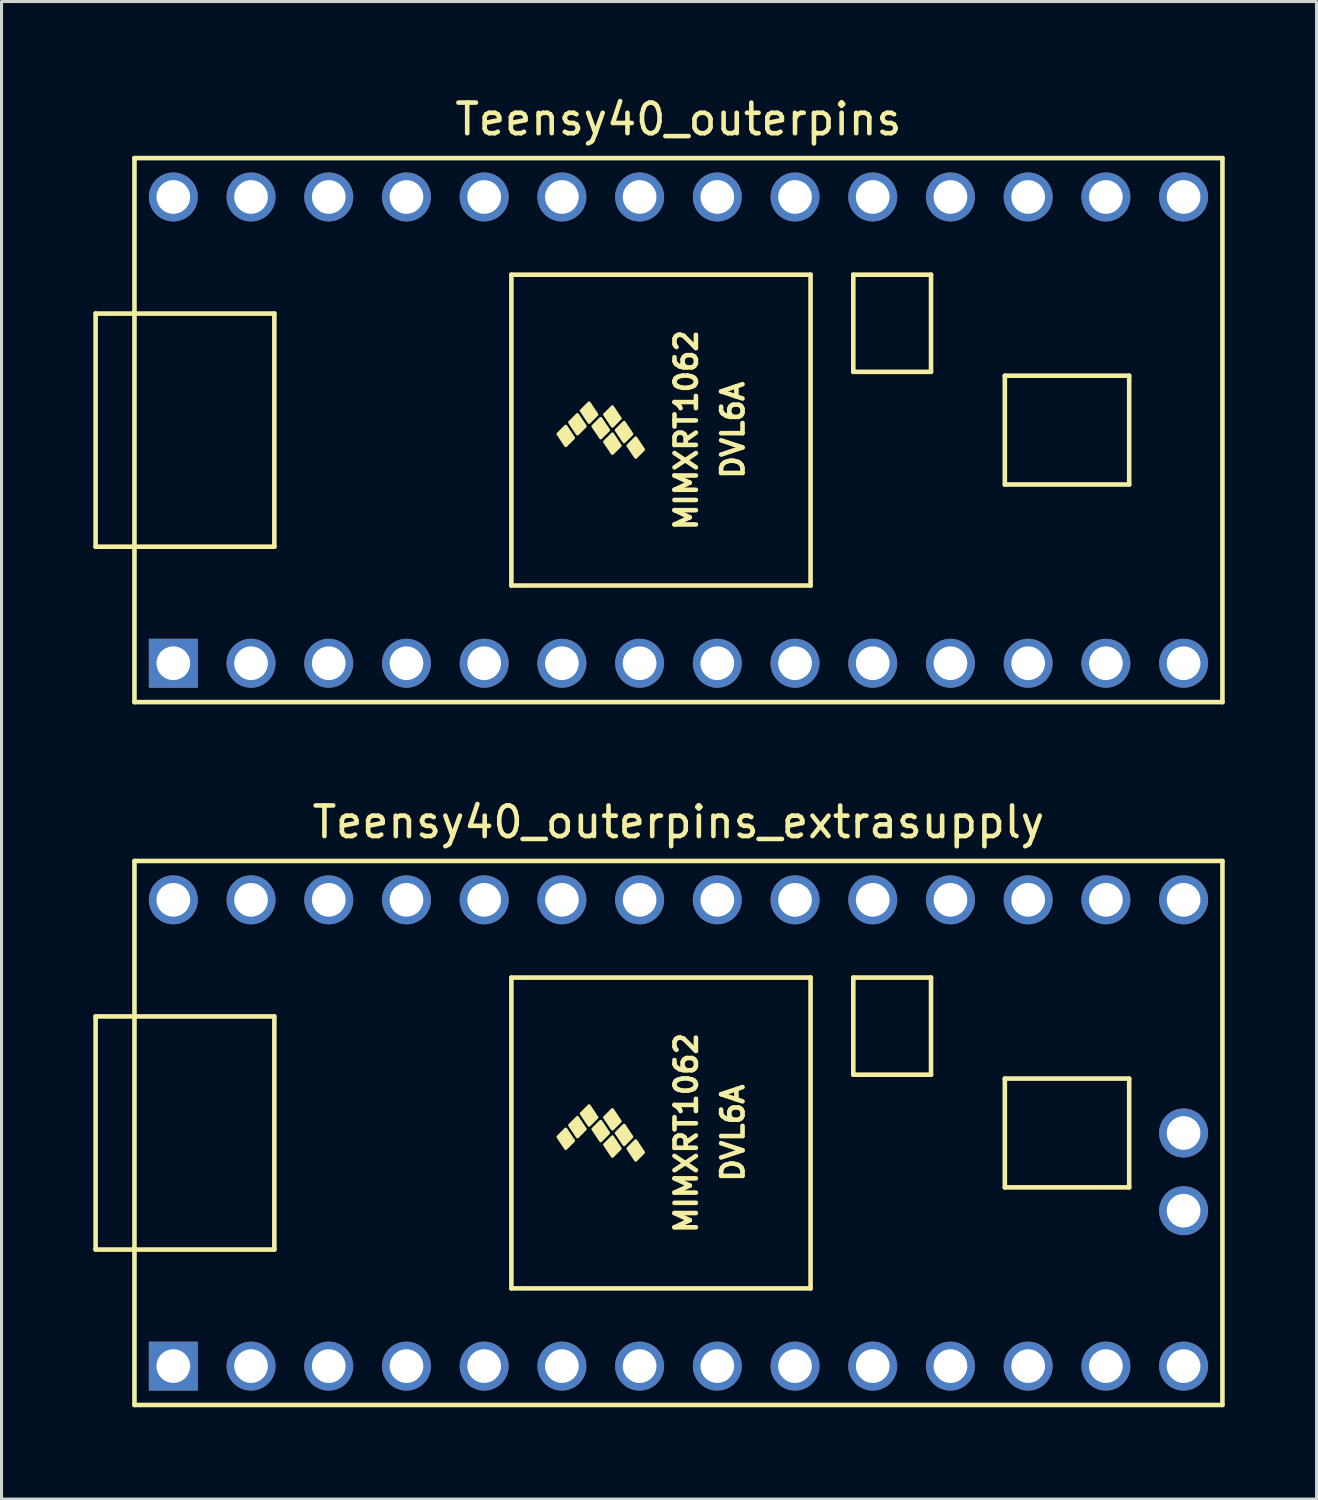
<source format=kicad_pcb>
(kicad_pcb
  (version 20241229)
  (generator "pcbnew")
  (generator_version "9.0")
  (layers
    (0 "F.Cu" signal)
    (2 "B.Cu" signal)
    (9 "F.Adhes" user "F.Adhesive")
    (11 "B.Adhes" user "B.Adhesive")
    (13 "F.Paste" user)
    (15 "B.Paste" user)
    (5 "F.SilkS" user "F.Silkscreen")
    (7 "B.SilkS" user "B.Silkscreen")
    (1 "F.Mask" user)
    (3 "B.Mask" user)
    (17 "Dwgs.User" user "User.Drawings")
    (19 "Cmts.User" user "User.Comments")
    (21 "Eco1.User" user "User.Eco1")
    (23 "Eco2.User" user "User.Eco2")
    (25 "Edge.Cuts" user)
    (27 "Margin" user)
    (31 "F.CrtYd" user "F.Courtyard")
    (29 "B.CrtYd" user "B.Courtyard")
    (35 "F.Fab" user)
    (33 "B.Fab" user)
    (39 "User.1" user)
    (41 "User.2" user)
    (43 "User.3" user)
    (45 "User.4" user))
  (footprint "Teensy40_outerpins_extrasupply"
    (layer "F.Cu")
    (at 19.125 33.981)
    (property "Reference" "Teensy40_outerpins_extrasupply" (at 0 -10.16 0) (layer "F.SilkS") (effects (font (size 1 1) (thickness 0.15))))
    (attr through_hole)
    (fp_line (start -19.05 -3.81) (end -17.78 -3.81) (stroke (width 0.15) (type solid)) (layer "F.SilkS"))
    (fp_line (start -19.05 3.81) (end -19.05 -3.81) (stroke (width 0.15) (type solid)) (layer "F.SilkS"))
    (fp_line (start -17.78 -8.89) (end 17.78 -8.89) (stroke (width 0.15) (type solid)) (layer "F.SilkS"))
    (fp_line (start -17.78 3.81) (end -19.05 3.81) (stroke (width 0.15) (type solid)) (layer "F.SilkS"))
    (fp_line (start -17.78 8.89) (end -17.78 -8.89) (stroke (width 0.15) (type solid)) (layer "F.SilkS"))
    (fp_line (start -13.208 -3.81) (end -17.78 -3.81) (stroke (width 0.15) (type solid)) (layer "F.SilkS"))
    (fp_line (start -13.208 3.81) (end -17.78 3.81) (stroke (width 0.15) (type solid)) (layer "F.SilkS"))
    (fp_line (start -13.208 3.81) (end -13.208 -3.81) (stroke (width 0.15) (type solid)) (layer "F.SilkS"))
    (fp_line (start -5.461 -5.08) (end -5.461 5.08) (stroke (width 0.15) (type solid)) (layer "F.SilkS"))
    (fp_line (start 4.318 -5.08) (end -5.461 -5.08) (stroke (width 0.15) (type solid)) (layer "F.SilkS"))
    (fp_line (start 4.318 5.08) (end -5.461 5.08) (stroke (width 0.15) (type solid)) (layer "F.SilkS"))
    (fp_line (start 4.318 5.08) (end 4.318 -5.08) (stroke (width 0.15) (type solid)) (layer "F.SilkS"))
    (fp_line (start 5.715 -5.08) (end 8.255 -5.08) (stroke (width 0.15) (type solid)) (layer "F.SilkS"))
    (fp_line (start 5.715 -1.905) (end 5.715 -5.08) (stroke (width 0.15) (type solid)) (layer "F.SilkS"))
    (fp_line (start 8.255 -5.08) (end 8.255 -1.905) (stroke (width 0.15) (type solid)) (layer "F.SilkS"))
    (fp_line (start 8.255 -1.905) (end 5.715 -1.905) (stroke (width 0.15) (type solid)) (layer "F.SilkS"))
    (fp_line (start 10.668 -1.778) (end 14.732 -1.778) (stroke (width 0.15) (type solid)) (layer "F.SilkS"))
    (fp_line (start 10.668 1.778) (end 10.668 -1.778) (stroke (width 0.15) (type solid)) (layer "F.SilkS"))
    (fp_line (start 14.732 -1.778) (end 14.732 1.778) (stroke (width 0.15) (type solid)) (layer "F.SilkS"))
    (fp_line (start 14.732 1.778) (end 10.668 1.778) (stroke (width 0.15) (type solid)) (layer "F.SilkS"))
    (fp_line (start 17.78 -8.89) (end 17.78 8.89) (stroke (width 0.15) (type solid)) (layer "F.SilkS"))
    (fp_line (start 17.78 8.89) (end -17.78 8.89) (stroke (width 0.15) (type solid)) (layer "F.SilkS"))
    (fp_poly (pts (xy -3.937 0.127) (xy -3.683 -0.127) (xy -3.429 0.254) (xy -3.683 0.508)) (stroke (width 0.1) (type solid)) (fill yes) (layer "F.SilkS"))
    (fp_poly (pts (xy -3.556 -0.254) (xy -3.302 -0.508) (xy -3.048 -0.127) (xy -3.302 0.127)) (stroke (width 0.1) (type solid)) (fill yes) (layer "F.SilkS"))
    (fp_poly (pts (xy -3.175 -0.635) (xy -2.921 -0.889) (xy -2.667 -0.508) (xy -2.921 -0.254)) (stroke (width 0.1) (type solid)) (fill yes) (layer "F.SilkS"))
    (fp_poly (pts (xy -2.794 -0.127) (xy -2.54 -0.381) (xy -2.286 0) (xy -2.54 0.254)) (stroke (width 0.1) (type solid)) (fill yes) (layer "F.SilkS"))
    (fp_poly (pts (xy -2.413 -0.508) (xy -2.159 -0.762) (xy -1.905 -0.381) (xy -2.159 -0.127)) (stroke (width 0.1) (type solid)) (fill yes) (layer "F.SilkS"))
    (fp_poly (pts (xy -2.413 0.381) (xy -2.159 0.127) (xy -1.905 0.508) (xy -2.159 0.762)) (stroke (width 0.1) (type solid)) (fill yes) (layer "F.SilkS"))
    (fp_poly (pts (xy -2.032 0) (xy -1.778 -0.254) (xy -1.524 0.127) (xy -1.778 0.381)) (stroke (width 0.1) (type solid)) (fill yes) (layer "F.SilkS"))
    (fp_poly (pts (xy -1.651 0.508) (xy -1.397 0.254) (xy -1.143 0.635) (xy -1.397 0.889)) (stroke (width 0.1) (type solid)) (fill yes) (layer "F.SilkS"))
    (fp_text user "MIMXRT1062" (at 0.254 0 90) (layer "F.SilkS") (effects (font (size 0.7 0.7) (thickness 0.15))))
    (fp_text user "DVL6A" (at 1.778 0 90) (layer "F.SilkS") (effects (font (size 0.7 0.7) (thickness 0.15))))
    (pad "1" thru_hole rect (at -16.51 7.62) (size 1.6 1.6) (drill 1.1) (layers "*.Cu" "*.Mask"))
    (pad "2" thru_hole circle (at -13.97 7.62) (size 1.6 1.6) (drill 1.1) (layers "*.Cu" "*.Mask"))
    (pad "3" thru_hole circle (at -11.43 7.62) (size 1.6 1.6) (drill 1.1) (layers "*.Cu" "*.Mask"))
    (pad "4" thru_hole circle (at -8.89 7.62) (size 1.6 1.6) (drill 1.1) (layers "*.Cu" "*.Mask"))
    (pad "5" thru_hole circle (at -6.35 7.62) (size 1.6 1.6) (drill 1.1) (layers "*.Cu" "*.Mask"))
    (pad "6" thru_hole circle (at -3.81 7.62) (size 1.6 1.6) (drill 1.1) (layers "*.Cu" "*.Mask"))
    (pad "7" thru_hole circle (at -1.27 7.62) (size 1.6 1.6) (drill 1.1) (layers "*.Cu" "*.Mask"))
    (pad "8" thru_hole circle (at 1.27 7.62) (size 1.6 1.6) (drill 1.1) (layers "*.Cu" "*.Mask"))
    (pad "9" thru_hole circle (at 3.81 7.62) (size 1.6 1.6) (drill 1.1) (layers "*.Cu" "*.Mask"))
    (pad "10" thru_hole circle (at 6.35 7.62) (size 1.6 1.6) (drill 1.1) (layers "*.Cu" "*.Mask"))
    (pad "11" thru_hole circle (at 8.89 7.62) (size 1.6 1.6) (drill 1.1) (layers "*.Cu" "*.Mask"))
    (pad "12" thru_hole circle (at 11.43 7.62) (size 1.6 1.6) (drill 1.1) (layers "*.Cu" "*.Mask"))
    (pad "13" thru_hole circle (at 13.97 7.62) (size 1.6 1.6) (drill 1.1) (layers "*.Cu" "*.Mask"))
    (pad "14" thru_hole circle (at 16.51 7.62) (size 1.6 1.6) (drill 1.1) (layers "*.Cu" "*.Mask"))
    (pad "16" thru_hole circle (at 16.51 2.54) (size 1.6 1.6) (drill 1.1) (layers "*.Cu" "*.Mask"))
    (pad "17" thru_hole circle (at 16.51 0) (size 1.6 1.6) (drill 1.1) (layers "*.Cu" "*.Mask"))
    (pad "20" thru_hole circle (at 16.51 -7.62) (size 1.6 1.6) (drill 1.1) (layers "*.Cu" "*.Mask"))
    (pad "21" thru_hole circle (at 13.97 -7.62) (size 1.6 1.6) (drill 1.1) (layers "*.Cu" "*.Mask"))
    (pad "22" thru_hole circle (at 11.43 -7.62) (size 1.6 1.6) (drill 1.1) (layers "*.Cu" "*.Mask"))
    (pad "23" thru_hole circle (at 8.89 -7.62) (size 1.6 1.6) (drill 1.1) (layers "*.Cu" "*.Mask"))
    (pad "24" thru_hole circle (at 6.35 -7.62) (size 1.6 1.6) (drill 1.1) (layers "*.Cu" "*.Mask"))
    (pad "25" thru_hole circle (at 3.81 -7.62) (size 1.6 1.6) (drill 1.1) (layers "*.Cu" "*.Mask"))
    (pad "26" thru_hole circle (at 1.27 -7.62) (size 1.6 1.6) (drill 1.1) (layers "*.Cu" "*.Mask"))
    (pad "27" thru_hole circle (at -1.27 -7.62) (size 1.6 1.6) (drill 1.1) (layers "*.Cu" "*.Mask"))
    (pad "28" thru_hole circle (at -3.81 -7.62) (size 1.6 1.6) (drill 1.1) (layers "*.Cu" "*.Mask"))
    (pad "29" thru_hole circle (at -6.35 -7.62) (size 1.6 1.6) (drill 1.1) (layers "*.Cu" "*.Mask"))
    (pad "30" thru_hole circle (at -8.89 -7.62) (size 1.6 1.6) (drill 1.1) (layers "*.Cu" "*.Mask"))
    (pad "31" thru_hole circle (at -11.43 -7.62) (size 1.6 1.6) (drill 1.1) (layers "*.Cu" "*.Mask"))
    (pad "32" thru_hole circle (at -13.97 -7.62) (size 1.6 1.6) (drill 1.1) (layers "*.Cu" "*.Mask"))
    (pad "33" thru_hole circle (at -16.51 -7.62) (size 1.6 1.6) (drill 1.1) (layers "*.Cu" "*.Mask")))
  (footprint "Teensy40_outerpins"
    (layer "F.Cu")
    (at 19.125 11.008)
    (property "Reference" "Teensy40_outerpins" (at 0 -10.16 0) (layer "F.SilkS") (effects (font (size 1 1) (thickness 0.15))))
    (attr through_hole)
    (fp_line (start -19.05 -3.81) (end -17.78 -3.81) (stroke (width 0.15) (type solid)) (layer "F.SilkS"))
    (fp_line (start -19.05 3.81) (end -19.05 -3.81) (stroke (width 0.15) (type solid)) (layer "F.SilkS"))
    (fp_line (start -17.78 -8.89) (end 17.78 -8.89) (stroke (width 0.15) (type solid)) (layer "F.SilkS"))
    (fp_line (start -17.78 3.81) (end -19.05 3.81) (stroke (width 0.15) (type solid)) (layer "F.SilkS"))
    (fp_line (start -17.78 8.89) (end -17.78 -8.89) (stroke (width 0.15) (type solid)) (layer "F.SilkS"))
    (fp_line (start -13.208 -3.81) (end -17.78 -3.81) (stroke (width 0.15) (type solid)) (layer "F.SilkS"))
    (fp_line (start -13.208 3.81) (end -17.78 3.81) (stroke (width 0.15) (type solid)) (layer "F.SilkS"))
    (fp_line (start -13.208 3.81) (end -13.208 -3.81) (stroke (width 0.15) (type solid)) (layer "F.SilkS"))
    (fp_line (start -5.461 -5.08) (end -5.461 5.08) (stroke (width 0.15) (type solid)) (layer "F.SilkS"))
    (fp_line (start 4.318 -5.08) (end -5.461 -5.08) (stroke (width 0.15) (type solid)) (layer "F.SilkS"))
    (fp_line (start 4.318 5.08) (end -5.461 5.08) (stroke (width 0.15) (type solid)) (layer "F.SilkS"))
    (fp_line (start 4.318 5.08) (end 4.318 -5.08) (stroke (width 0.15) (type solid)) (layer "F.SilkS"))
    (fp_line (start 5.715 -5.08) (end 8.255 -5.08) (stroke (width 0.15) (type solid)) (layer "F.SilkS"))
    (fp_line (start 5.715 -1.905) (end 5.715 -5.08) (stroke (width 0.15) (type solid)) (layer "F.SilkS"))
    (fp_line (start 8.255 -5.08) (end 8.255 -1.905) (stroke (width 0.15) (type solid)) (layer "F.SilkS"))
    (fp_line (start 8.255 -1.905) (end 5.715 -1.905) (stroke (width 0.15) (type solid)) (layer "F.SilkS"))
    (fp_line (start 10.668 -1.778) (end 14.732 -1.778) (stroke (width 0.15) (type solid)) (layer "F.SilkS"))
    (fp_line (start 10.668 1.778) (end 10.668 -1.778) (stroke (width 0.15) (type solid)) (layer "F.SilkS"))
    (fp_line (start 14.732 -1.778) (end 14.732 1.778) (stroke (width 0.15) (type solid)) (layer "F.SilkS"))
    (fp_line (start 14.732 1.778) (end 10.668 1.778) (stroke (width 0.15) (type solid)) (layer "F.SilkS"))
    (fp_line (start 17.78 -8.89) (end 17.78 8.89) (stroke (width 0.15) (type solid)) (layer "F.SilkS"))
    (fp_line (start 17.78 8.89) (end -17.78 8.89) (stroke (width 0.15) (type solid)) (layer "F.SilkS"))
    (fp_poly (pts (xy -3.937 0.127) (xy -3.683 -0.127) (xy -3.429 0.254) (xy -3.683 0.508)) (stroke (width 0.1) (type solid)) (fill yes) (layer "F.SilkS"))
    (fp_poly (pts (xy -3.556 -0.254) (xy -3.302 -0.508) (xy -3.048 -0.127) (xy -3.302 0.127)) (stroke (width 0.1) (type solid)) (fill yes) (layer "F.SilkS"))
    (fp_poly (pts (xy -3.175 -0.635) (xy -2.921 -0.889) (xy -2.667 -0.508) (xy -2.921 -0.254)) (stroke (width 0.1) (type solid)) (fill yes) (layer "F.SilkS"))
    (fp_poly (pts (xy -2.794 -0.127) (xy -2.54 -0.381) (xy -2.286 0) (xy -2.54 0.254)) (stroke (width 0.1) (type solid)) (fill yes) (layer "F.SilkS"))
    (fp_poly (pts (xy -2.413 -0.508) (xy -2.159 -0.762) (xy -1.905 -0.381) (xy -2.159 -0.127)) (stroke (width 0.1) (type solid)) (fill yes) (layer "F.SilkS"))
    (fp_poly (pts (xy -2.413 0.381) (xy -2.159 0.127) (xy -1.905 0.508) (xy -2.159 0.762)) (stroke (width 0.1) (type solid)) (fill yes) (layer "F.SilkS"))
    (fp_poly (pts (xy -2.032 0) (xy -1.778 -0.254) (xy -1.524 0.127) (xy -1.778 0.381)) (stroke (width 0.1) (type solid)) (fill yes) (layer "F.SilkS"))
    (fp_poly (pts (xy -1.651 0.508) (xy -1.397 0.254) (xy -1.143 0.635) (xy -1.397 0.889)) (stroke (width 0.1) (type solid)) (fill yes) (layer "F.SilkS"))
    (fp_text user "DVL6A" (at 1.778 0 90) (layer "F.SilkS") (effects (font (size 0.7 0.7) (thickness 0.15))))
    (fp_text user "MIMXRT1062" (at 0.254 0 90) (layer "F.SilkS") (effects (font (size 0.7 0.7) (thickness 0.15))))
    (pad "1" thru_hole rect (at -16.51 7.62) (size 1.6 1.6) (drill 1.1) (layers "*.Cu" "*.Mask"))
    (pad "2" thru_hole circle (at -13.97 7.62) (size 1.6 1.6) (drill 1.1) (layers "*.Cu" "*.Mask"))
    (pad "3" thru_hole circle (at -11.43 7.62) (size 1.6 1.6) (drill 1.1) (layers "*.Cu" "*.Mask"))
    (pad "4" thru_hole circle (at -8.89 7.62) (size 1.6 1.6) (drill 1.1) (layers "*.Cu" "*.Mask"))
    (pad "5" thru_hole circle (at -6.35 7.62) (size 1.6 1.6) (drill 1.1) (layers "*.Cu" "*.Mask"))
    (pad "6" thru_hole circle (at -3.81 7.62) (size 1.6 1.6) (drill 1.1) (layers "*.Cu" "*.Mask"))
    (pad "7" thru_hole circle (at -1.27 7.62) (size 1.6 1.6) (drill 1.1) (layers "*.Cu" "*.Mask"))
    (pad "8" thru_hole circle (at 1.27 7.62) (size 1.6 1.6) (drill 1.1) (layers "*.Cu" "*.Mask"))
    (pad "9" thru_hole circle (at 3.81 7.62) (size 1.6 1.6) (drill 1.1) (layers "*.Cu" "*.Mask"))
    (pad "10" thru_hole circle (at 6.35 7.62) (size 1.6 1.6) (drill 1.1) (layers "*.Cu" "*.Mask"))
    (pad "11" thru_hole circle (at 8.89 7.62) (size 1.6 1.6) (drill 1.1) (layers "*.Cu" "*.Mask"))
    (pad "12" thru_hole circle (at 11.43 7.62) (size 1.6 1.6) (drill 1.1) (layers "*.Cu" "*.Mask"))
    (pad "13" thru_hole circle (at 13.97 7.62) (size 1.6 1.6) (drill 1.1) (layers "*.Cu" "*.Mask"))
    (pad "14" thru_hole circle (at 16.51 7.62) (size 1.6 1.6) (drill 1.1) (layers "*.Cu" "*.Mask"))
    (pad "20" thru_hole circle (at 16.51 -7.62) (size 1.6 1.6) (drill 1.1) (layers "*.Cu" "*.Mask"))
    (pad "21" thru_hole circle (at 13.97 -7.62) (size 1.6 1.6) (drill 1.1) (layers "*.Cu" "*.Mask"))
    (pad "22" thru_hole circle (at 11.43 -7.62) (size 1.6 1.6) (drill 1.1) (layers "*.Cu" "*.Mask"))
    (pad "23" thru_hole circle (at 8.89 -7.62) (size 1.6 1.6) (drill 1.1) (layers "*.Cu" "*.Mask"))
    (pad "24" thru_hole circle (at 6.35 -7.62) (size 1.6 1.6) (drill 1.1) (layers "*.Cu" "*.Mask"))
    (pad "25" thru_hole circle (at 3.81 -7.62) (size 1.6 1.6) (drill 1.1) (layers "*.Cu" "*.Mask"))
    (pad "26" thru_hole circle (at 1.27 -7.62) (size 1.6 1.6) (drill 1.1) (layers "*.Cu" "*.Mask"))
    (pad "27" thru_hole circle (at -1.27 -7.62) (size 1.6 1.6) (drill 1.1) (layers "*.Cu" "*.Mask"))
    (pad "28" thru_hole circle (at -3.81 -7.62) (size 1.6 1.6) (drill 1.1) (layers "*.Cu" "*.Mask"))
    (pad "29" thru_hole circle (at -6.35 -7.62) (size 1.6 1.6) (drill 1.1) (layers "*.Cu" "*.Mask"))
    (pad "30" thru_hole circle (at -8.89 -7.62) (size 1.6 1.6) (drill 1.1) (layers "*.Cu" "*.Mask"))
    (pad "31" thru_hole circle (at -11.43 -7.62) (size 1.6 1.6) (drill 1.1) (layers "*.Cu" "*.Mask"))
    (pad "32" thru_hole circle (at -13.97 -7.62) (size 1.6 1.6) (drill 1.1) (layers "*.Cu" "*.Mask"))
    (pad "33" thru_hole circle (at -16.51 -7.62) (size 1.6 1.6) (drill 1.1) (layers "*.Cu" "*.Mask")))
  (gr_rect
    (start -3 -3)
    (end 39.98 45.947)
    (stroke (width 0.1) (type default))
    (fill no)
    (layer "Edge.Cuts")))
</source>
